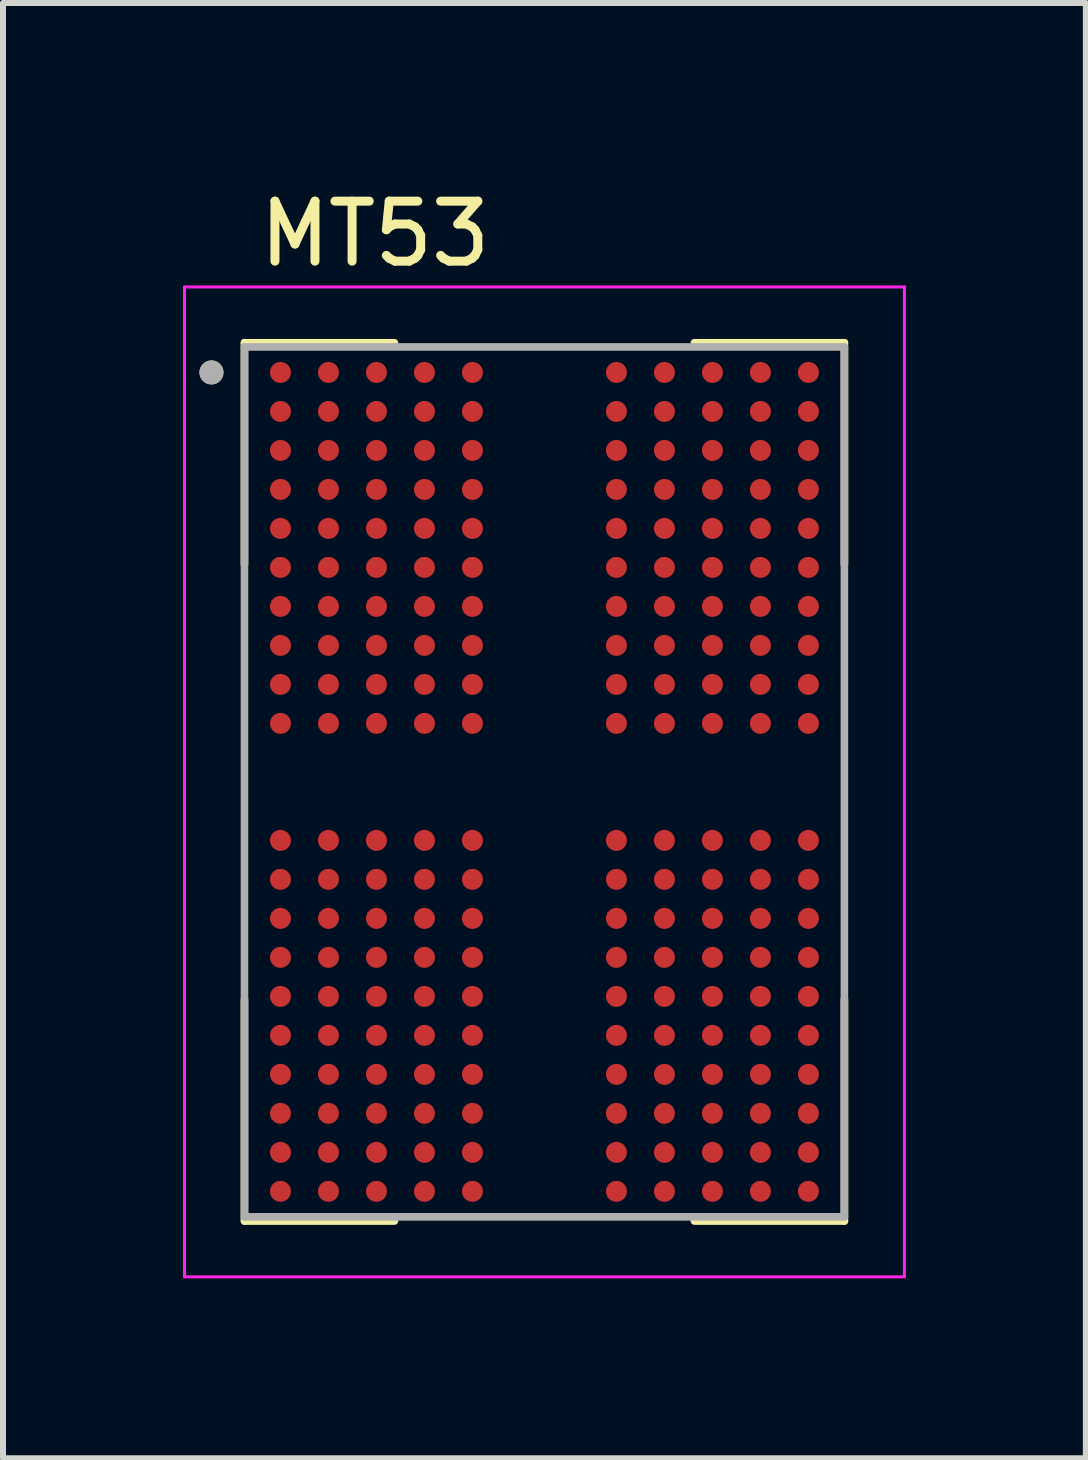
<source format=kicad_pcb>
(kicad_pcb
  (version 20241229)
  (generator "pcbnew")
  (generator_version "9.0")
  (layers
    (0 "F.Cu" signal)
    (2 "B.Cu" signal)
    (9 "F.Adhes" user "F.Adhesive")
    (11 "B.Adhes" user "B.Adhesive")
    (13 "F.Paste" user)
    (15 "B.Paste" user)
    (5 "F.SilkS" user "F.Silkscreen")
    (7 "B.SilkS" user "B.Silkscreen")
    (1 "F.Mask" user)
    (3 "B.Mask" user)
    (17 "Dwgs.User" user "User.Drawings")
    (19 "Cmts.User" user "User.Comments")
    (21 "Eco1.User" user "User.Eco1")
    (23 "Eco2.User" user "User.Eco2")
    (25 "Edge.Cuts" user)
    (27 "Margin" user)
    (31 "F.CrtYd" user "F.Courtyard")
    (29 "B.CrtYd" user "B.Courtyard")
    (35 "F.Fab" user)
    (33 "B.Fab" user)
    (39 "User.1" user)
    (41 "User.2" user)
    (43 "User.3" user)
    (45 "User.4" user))
  (footprint "MT53"
    (layer "F.Cu")
    (at 6.025 9.983)
    (property "Reference" "MT53" (at -2.825 -9.135 0) (layer "F.SilkS") (effects (font (size 1 1) (thickness 0.15))))
    (attr smd)
    (fp_line (start -5 -7.32) (end -5 -3.625) (stroke (width 0.127) (type solid)) (layer "F.SilkS"))
    (fp_line (start -5 -7.32) (end -2.5 -7.32) (stroke (width 0.127) (type solid)) (layer "F.SilkS"))
    (fp_line (start -5 7.32) (end -5 3.625) (stroke (width 0.127) (type solid)) (layer "F.SilkS"))
    (fp_line (start -5 7.32) (end -2.5 7.32) (stroke (width 0.127) (type solid)) (layer "F.SilkS"))
    (fp_line (start 5 -7.32) (end 2.5 -7.32) (stroke (width 0.127) (type solid)) (layer "F.SilkS"))
    (fp_line (start 5 -7.32) (end 5 -3.625) (stroke (width 0.127) (type solid)) (layer "F.SilkS"))
    (fp_line (start 5 7.32) (end 2.5 7.32) (stroke (width 0.127) (type solid)) (layer "F.SilkS"))
    (fp_line (start 5 7.32) (end 5 3.625) (stroke (width 0.127) (type solid)) (layer "F.SilkS"))
    (fp_circle (center -5.55 -6.825) (end -5.45 -6.825) (stroke (width 0.2) (type solid)) (fill no) (layer "F.SilkS"))
    (fp_line (start -6 -8.25) (end 6 -8.25) (stroke (width 0.05) (type solid)) (layer "F.CrtYd"))
    (fp_line (start -6 8.25) (end -6 -8.25) (stroke (width 0.05) (type solid)) (layer "F.CrtYd"))
    (fp_line (start -6 8.25) (end 6 8.25) (stroke (width 0.05) (type solid)) (layer "F.CrtYd"))
    (fp_line (start 6 8.25) (end 6 -8.25) (stroke (width 0.05) (type solid)) (layer "F.CrtYd"))
    (fp_line (start -5 7.25) (end -5 -7.25) (stroke (width 0.127) (type solid)) (layer "F.Fab"))
    (fp_line (start 5 -7.25) (end -5 -7.25) (stroke (width 0.127) (type solid)) (layer "F.Fab"))
    (fp_line (start 5 7.25) (end -5 7.25) (stroke (width 0.127) (type solid)) (layer "F.Fab"))
    (fp_line (start 5 7.25) (end 5 -7.25) (stroke (width 0.127) (type solid)) (layer "F.Fab"))
    (fp_circle (center -5.55 -6.825) (end -5.45 -6.825) (stroke (width 0.2) (type solid)) (fill no) (layer "F.Fab"))
    (pad "A1" smd circle (at -4.4 -6.825) (size 0.35 0.35) (layers "F.Cu" "F.Mask" "F.Paste"))
    (pad "A2" smd circle (at -3.6 -6.825) (size 0.35 0.35) (layers "F.Cu" "F.Mask" "F.Paste"))
    (pad "A3" smd circle (at -2.8 -6.825) (size 0.35 0.35) (layers "F.Cu" "F.Mask" "F.Paste"))
    (pad "A4" smd circle (at -2 -6.825) (size 0.35 0.35) (layers "F.Cu" "F.Mask" "F.Paste"))
    (pad "A5" smd circle (at -1.2 -6.825) (size 0.35 0.35) (layers "F.Cu" "F.Mask" "F.Paste"))
    (pad "A8" smd circle (at 1.2 -6.825) (size 0.35 0.35) (layers "F.Cu" "F.Mask" "F.Paste"))
    (pad "A9" smd circle (at 2 -6.825) (size 0.35 0.35) (layers "F.Cu" "F.Mask" "F.Paste"))
    (pad "A10" smd circle (at 2.8 -6.825) (size 0.35 0.35) (layers "F.Cu" "F.Mask" "F.Paste"))
    (pad "A11" smd circle (at 3.6 -6.825) (size 0.35 0.35) (layers "F.Cu" "F.Mask" "F.Paste"))
    (pad "A12" smd circle (at 4.4 -6.825) (size 0.35 0.35) (layers "F.Cu" "F.Mask" "F.Paste"))
    (pad "AA1" smd circle (at -4.4 6.175) (size 0.35 0.35) (layers "F.Cu" "F.Mask" "F.Paste"))
    (pad "AA2" smd circle (at -3.6 6.175) (size 0.35 0.35) (layers "F.Cu" "F.Mask" "F.Paste"))
    (pad "AA3" smd circle (at -2.8 6.175) (size 0.35 0.35) (layers "F.Cu" "F.Mask" "F.Paste"))
    (pad "AA4" smd circle (at -2 6.175) (size 0.35 0.35) (layers "F.Cu" "F.Mask" "F.Paste"))
    (pad "AA5" smd circle (at -1.2 6.175) (size 0.35 0.35) (layers "F.Cu" "F.Mask" "F.Paste"))
    (pad "AA8" smd circle (at 1.2 6.175) (size 0.35 0.35) (layers "F.Cu" "F.Mask" "F.Paste"))
    (pad "AA9" smd circle (at 2 6.175) (size 0.35 0.35) (layers "F.Cu" "F.Mask" "F.Paste"))
    (pad "AA10" smd circle (at 2.8 6.175) (size 0.35 0.35) (layers "F.Cu" "F.Mask" "F.Paste"))
    (pad "AA11" smd circle (at 3.6 6.175) (size 0.35 0.35) (layers "F.Cu" "F.Mask" "F.Paste"))
    (pad "AA12" smd circle (at 4.4 6.175) (size 0.35 0.35) (layers "F.Cu" "F.Mask" "F.Paste"))
    (pad "AB1" smd circle (at -4.4 6.825) (size 0.35 0.35) (layers "F.Cu" "F.Mask" "F.Paste"))
    (pad "AB2" smd circle (at -3.6 6.825) (size 0.35 0.35) (layers "F.Cu" "F.Mask" "F.Paste"))
    (pad "AB3" smd circle (at -2.8 6.825) (size 0.35 0.35) (layers "F.Cu" "F.Mask" "F.Paste"))
    (pad "AB4" smd circle (at -2 6.825) (size 0.35 0.35) (layers "F.Cu" "F.Mask" "F.Paste"))
    (pad "AB5" smd circle (at -1.2 6.825) (size 0.35 0.35) (layers "F.Cu" "F.Mask" "F.Paste"))
    (pad "AB8" smd circle (at 1.2 6.825) (size 0.35 0.35) (layers "F.Cu" "F.Mask" "F.Paste"))
    (pad "AB9" smd circle (at 2 6.825) (size 0.35 0.35) (layers "F.Cu" "F.Mask" "F.Paste"))
    (pad "AB10" smd circle (at 2.8 6.825) (size 0.35 0.35) (layers "F.Cu" "F.Mask" "F.Paste"))
    (pad "AB11" smd circle (at 3.6 6.825) (size 0.35 0.35) (layers "F.Cu" "F.Mask" "F.Paste"))
    (pad "AB12" smd circle (at 4.4 6.825) (size 0.35 0.35) (layers "F.Cu" "F.Mask" "F.Paste"))
    (pad "B1" smd circle (at -4.4 -6.175) (size 0.35 0.35) (layers "F.Cu" "F.Mask" "F.Paste"))
    (pad "B2" smd circle (at -3.6 -6.175) (size 0.35 0.35) (layers "F.Cu" "F.Mask" "F.Paste"))
    (pad "B3" smd circle (at -2.8 -6.175) (size 0.35 0.35) (layers "F.Cu" "F.Mask" "F.Paste"))
    (pad "B4" smd circle (at -2 -6.175) (size 0.35 0.35) (layers "F.Cu" "F.Mask" "F.Paste"))
    (pad "B5" smd circle (at -1.2 -6.175) (size 0.35 0.35) (layers "F.Cu" "F.Mask" "F.Paste"))
    (pad "B8" smd circle (at 1.2 -6.175) (size 0.35 0.35) (layers "F.Cu" "F.Mask" "F.Paste"))
    (pad "B9" smd circle (at 2 -6.175) (size 0.35 0.35) (layers "F.Cu" "F.Mask" "F.Paste"))
    (pad "B10" smd circle (at 2.8 -6.175) (size 0.35 0.35) (layers "F.Cu" "F.Mask" "F.Paste"))
    (pad "B11" smd circle (at 3.6 -6.175) (size 0.35 0.35) (layers "F.Cu" "F.Mask" "F.Paste"))
    (pad "B12" smd circle (at 4.4 -6.175) (size 0.35 0.35) (layers "F.Cu" "F.Mask" "F.Paste"))
    (pad "C1" smd circle (at -4.4 -5.525) (size 0.35 0.35) (layers "F.Cu" "F.Mask" "F.Paste"))
    (pad "C2" smd circle (at -3.6 -5.525) (size 0.35 0.35) (layers "F.Cu" "F.Mask" "F.Paste"))
    (pad "C3" smd circle (at -2.8 -5.525) (size 0.35 0.35) (layers "F.Cu" "F.Mask" "F.Paste"))
    (pad "C4" smd circle (at -2 -5.525) (size 0.35 0.35) (layers "F.Cu" "F.Mask" "F.Paste"))
    (pad "C5" smd circle (at -1.2 -5.525) (size 0.35 0.35) (layers "F.Cu" "F.Mask" "F.Paste"))
    (pad "C8" smd circle (at 1.2 -5.525) (size 0.35 0.35) (layers "F.Cu" "F.Mask" "F.Paste"))
    (pad "C9" smd circle (at 2 -5.525) (size 0.35 0.35) (layers "F.Cu" "F.Mask" "F.Paste"))
    (pad "C10" smd circle (at 2.8 -5.525) (size 0.35 0.35) (layers "F.Cu" "F.Mask" "F.Paste"))
    (pad "C11" smd circle (at 3.6 -5.525) (size 0.35 0.35) (layers "F.Cu" "F.Mask" "F.Paste"))
    (pad "C12" smd circle (at 4.4 -5.525) (size 0.35 0.35) (layers "F.Cu" "F.Mask" "F.Paste"))
    (pad "D1" smd circle (at -4.4 -4.875) (size 0.35 0.35) (layers "F.Cu" "F.Mask" "F.Paste"))
    (pad "D2" smd circle (at -3.6 -4.875) (size 0.35 0.35) (layers "F.Cu" "F.Mask" "F.Paste"))
    (pad "D3" smd circle (at -2.8 -4.875) (size 0.35 0.35) (layers "F.Cu" "F.Mask" "F.Paste"))
    (pad "D4" smd circle (at -2 -4.875) (size 0.35 0.35) (layers "F.Cu" "F.Mask" "F.Paste"))
    (pad "D5" smd circle (at -1.2 -4.875) (size 0.35 0.35) (layers "F.Cu" "F.Mask" "F.Paste"))
    (pad "D8" smd circle (at 1.2 -4.875) (size 0.35 0.35) (layers "F.Cu" "F.Mask" "F.Paste"))
    (pad "D9" smd circle (at 2 -4.875) (size 0.35 0.35) (layers "F.Cu" "F.Mask" "F.Paste"))
    (pad "D10" smd circle (at 2.8 -4.875) (size 0.35 0.35) (layers "F.Cu" "F.Mask" "F.Paste"))
    (pad "D11" smd circle (at 3.6 -4.875) (size 0.35 0.35) (layers "F.Cu" "F.Mask" "F.Paste"))
    (pad "D12" smd circle (at 4.4 -4.875) (size 0.35 0.35) (layers "F.Cu" "F.Mask" "F.Paste"))
    (pad "E1" smd circle (at -4.4 -4.225) (size 0.35 0.35) (layers "F.Cu" "F.Mask" "F.Paste"))
    (pad "E2" smd circle (at -3.6 -4.225) (size 0.35 0.35) (layers "F.Cu" "F.Mask" "F.Paste"))
    (pad "E3" smd circle (at -2.8 -4.225) (size 0.35 0.35) (layers "F.Cu" "F.Mask" "F.Paste"))
    (pad "E4" smd circle (at -2 -4.225) (size 0.35 0.35) (layers "F.Cu" "F.Mask" "F.Paste"))
    (pad "E5" smd circle (at -1.2 -4.225) (size 0.35 0.35) (layers "F.Cu" "F.Mask" "F.Paste"))
    (pad "E8" smd circle (at 1.2 -4.225) (size 0.35 0.35) (layers "F.Cu" "F.Mask" "F.Paste"))
    (pad "E9" smd circle (at 2 -4.225) (size 0.35 0.35) (layers "F.Cu" "F.Mask" "F.Paste"))
    (pad "E10" smd circle (at 2.8 -4.225) (size 0.35 0.35) (layers "F.Cu" "F.Mask" "F.Paste"))
    (pad "E11" smd circle (at 3.6 -4.225) (size 0.35 0.35) (layers "F.Cu" "F.Mask" "F.Paste"))
    (pad "E12" smd circle (at 4.4 -4.225) (size 0.35 0.35) (layers "F.Cu" "F.Mask" "F.Paste"))
    (pad "F1" smd circle (at -4.4 -3.575) (size 0.35 0.35) (layers "F.Cu" "F.Mask" "F.Paste"))
    (pad "F2" smd circle (at -3.6 -3.575) (size 0.35 0.35) (layers "F.Cu" "F.Mask" "F.Paste"))
    (pad "F3" smd circle (at -2.8 -3.575) (size 0.35 0.35) (layers "F.Cu" "F.Mask" "F.Paste"))
    (pad "F4" smd circle (at -2 -3.575) (size 0.35 0.35) (layers "F.Cu" "F.Mask" "F.Paste"))
    (pad "F5" smd circle (at -1.2 -3.575) (size 0.35 0.35) (layers "F.Cu" "F.Mask" "F.Paste"))
    (pad "F8" smd circle (at 1.2 -3.575) (size 0.35 0.35) (layers "F.Cu" "F.Mask" "F.Paste"))
    (pad "F9" smd circle (at 2 -3.575) (size 0.35 0.35) (layers "F.Cu" "F.Mask" "F.Paste"))
    (pad "F10" smd circle (at 2.8 -3.575) (size 0.35 0.35) (layers "F.Cu" "F.Mask" "F.Paste"))
    (pad "F11" smd circle (at 3.6 -3.575) (size 0.35 0.35) (layers "F.Cu" "F.Mask" "F.Paste"))
    (pad "F12" smd circle (at 4.4 -3.575) (size 0.35 0.35) (layers "F.Cu" "F.Mask" "F.Paste"))
    (pad "G1" smd circle (at -4.4 -2.925) (size 0.35 0.35) (layers "F.Cu" "F.Mask" "F.Paste"))
    (pad "G2" smd circle (at -3.6 -2.925) (size 0.35 0.35) (layers "F.Cu" "F.Mask" "F.Paste"))
    (pad "G3" smd circle (at -2.8 -2.925) (size 0.35 0.35) (layers "F.Cu" "F.Mask" "F.Paste"))
    (pad "G4" smd circle (at -2 -2.925) (size 0.35 0.35) (layers "F.Cu" "F.Mask" "F.Paste"))
    (pad "G5" smd circle (at -1.2 -2.925) (size 0.35 0.35) (layers "F.Cu" "F.Mask" "F.Paste"))
    (pad "G8" smd circle (at 1.2 -2.925) (size 0.35 0.35) (layers "F.Cu" "F.Mask" "F.Paste"))
    (pad "G9" smd circle (at 2 -2.925) (size 0.35 0.35) (layers "F.Cu" "F.Mask" "F.Paste"))
    (pad "G10" smd circle (at 2.8 -2.925) (size 0.35 0.35) (layers "F.Cu" "F.Mask" "F.Paste"))
    (pad "G11" smd circle (at 3.6 -2.925) (size 0.35 0.35) (layers "F.Cu" "F.Mask" "F.Paste"))
    (pad "G12" smd circle (at 4.4 -2.925) (size 0.35 0.35) (layers "F.Cu" "F.Mask" "F.Paste"))
    (pad "H1" smd circle (at -4.4 -2.275) (size 0.35 0.35) (layers "F.Cu" "F.Mask" "F.Paste"))
    (pad "H2" smd circle (at -3.6 -2.275) (size 0.35 0.35) (layers "F.Cu" "F.Mask" "F.Paste"))
    (pad "H3" smd circle (at -2.8 -2.275) (size 0.35 0.35) (layers "F.Cu" "F.Mask" "F.Paste"))
    (pad "H4" smd circle (at -2 -2.275) (size 0.35 0.35) (layers "F.Cu" "F.Mask" "F.Paste"))
    (pad "H5" smd circle (at -1.2 -2.275) (size 0.35 0.35) (layers "F.Cu" "F.Mask" "F.Paste"))
    (pad "H8" smd circle (at 1.2 -2.275) (size 0.35 0.35) (layers "F.Cu" "F.Mask" "F.Paste"))
    (pad "H9" smd circle (at 2 -2.275) (size 0.35 0.35) (layers "F.Cu" "F.Mask" "F.Paste"))
    (pad "H10" smd circle (at 2.8 -2.275) (size 0.35 0.35) (layers "F.Cu" "F.Mask" "F.Paste"))
    (pad "H11" smd circle (at 3.6 -2.275) (size 0.35 0.35) (layers "F.Cu" "F.Mask" "F.Paste"))
    (pad "H12" smd circle (at 4.4 -2.275) (size 0.35 0.35) (layers "F.Cu" "F.Mask" "F.Paste"))
    (pad "J1" smd circle (at -4.4 -1.625) (size 0.35 0.35) (layers "F.Cu" "F.Mask" "F.Paste"))
    (pad "J2" smd circle (at -3.6 -1.625) (size 0.35 0.35) (layers "F.Cu" "F.Mask" "F.Paste"))
    (pad "J3" smd circle (at -2.8 -1.625) (size 0.35 0.35) (layers "F.Cu" "F.Mask" "F.Paste"))
    (pad "J4" smd circle (at -2 -1.625) (size 0.35 0.35) (layers "F.Cu" "F.Mask" "F.Paste"))
    (pad "J5" smd circle (at -1.2 -1.625) (size 0.35 0.35) (layers "F.Cu" "F.Mask" "F.Paste"))
    (pad "J8" smd circle (at 1.2 -1.625) (size 0.35 0.35) (layers "F.Cu" "F.Mask" "F.Paste"))
    (pad "J9" smd circle (at 2 -1.625) (size 0.35 0.35) (layers "F.Cu" "F.Mask" "F.Paste"))
    (pad "J10" smd circle (at 2.8 -1.625) (size 0.35 0.35) (layers "F.Cu" "F.Mask" "F.Paste"))
    (pad "J11" smd circle (at 3.6 -1.625) (size 0.35 0.35) (layers "F.Cu" "F.Mask" "F.Paste"))
    (pad "J12" smd circle (at 4.4 -1.625) (size 0.35 0.35) (layers "F.Cu" "F.Mask" "F.Paste"))
    (pad "K1" smd circle (at -4.4 -0.975) (size 0.35 0.35) (layers "F.Cu" "F.Mask" "F.Paste"))
    (pad "K2" smd circle (at -3.6 -0.975) (size 0.35 0.35) (layers "F.Cu" "F.Mask" "F.Paste"))
    (pad "K3" smd circle (at -2.8 -0.975) (size 0.35 0.35) (layers "F.Cu" "F.Mask" "F.Paste"))
    (pad "K4" smd circle (at -2 -0.975) (size 0.35 0.35) (layers "F.Cu" "F.Mask" "F.Paste"))
    (pad "K5" smd circle (at -1.2 -0.975) (size 0.35 0.35) (layers "F.Cu" "F.Mask" "F.Paste"))
    (pad "K8" smd circle (at 1.2 -0.975) (size 0.35 0.35) (layers "F.Cu" "F.Mask" "F.Paste"))
    (pad "K9" smd circle (at 2 -0.975) (size 0.35 0.35) (layers "F.Cu" "F.Mask" "F.Paste"))
    (pad "K10" smd circle (at 2.8 -0.975) (size 0.35 0.35) (layers "F.Cu" "F.Mask" "F.Paste"))
    (pad "K11" smd circle (at 3.6 -0.975) (size 0.35 0.35) (layers "F.Cu" "F.Mask" "F.Paste"))
    (pad "K12" smd circle (at 4.4 -0.975) (size 0.35 0.35) (layers "F.Cu" "F.Mask" "F.Paste"))
    (pad "N1" smd circle (at -4.4 0.975) (size 0.35 0.35) (layers "F.Cu" "F.Mask" "F.Paste"))
    (pad "N2" smd circle (at -3.6 0.975) (size 0.35 0.35) (layers "F.Cu" "F.Mask" "F.Paste"))
    (pad "N3" smd circle (at -2.8 0.975) (size 0.35 0.35) (layers "F.Cu" "F.Mask" "F.Paste"))
    (pad "N4" smd circle (at -2 0.975) (size 0.35 0.35) (layers "F.Cu" "F.Mask" "F.Paste"))
    (pad "N5" smd circle (at -1.2 0.975) (size 0.35 0.35) (layers "F.Cu" "F.Mask" "F.Paste"))
    (pad "N8" smd circle (at 1.2 0.975) (size 0.35 0.35) (layers "F.Cu" "F.Mask" "F.Paste"))
    (pad "N9" smd circle (at 2 0.975) (size 0.35 0.35) (layers "F.Cu" "F.Mask" "F.Paste"))
    (pad "N10" smd circle (at 2.8 0.975) (size 0.35 0.35) (layers "F.Cu" "F.Mask" "F.Paste"))
    (pad "N11" smd circle (at 3.6 0.975) (size 0.35 0.35) (layers "F.Cu" "F.Mask" "F.Paste"))
    (pad "N12" smd circle (at 4.4 0.975) (size 0.35 0.35) (layers "F.Cu" "F.Mask" "F.Paste"))
    (pad "P1" smd circle (at -4.4 1.625) (size 0.35 0.35) (layers "F.Cu" "F.Mask" "F.Paste"))
    (pad "P2" smd circle (at -3.6 1.625) (size 0.35 0.35) (layers "F.Cu" "F.Mask" "F.Paste"))
    (pad "P3" smd circle (at -2.8 1.625) (size 0.35 0.35) (layers "F.Cu" "F.Mask" "F.Paste"))
    (pad "P4" smd circle (at -2 1.625) (size 0.35 0.35) (layers "F.Cu" "F.Mask" "F.Paste"))
    (pad "P5" smd circle (at -1.2 1.625) (size 0.35 0.35) (layers "F.Cu" "F.Mask" "F.Paste"))
    (pad "P8" smd circle (at 1.2 1.625) (size 0.35 0.35) (layers "F.Cu" "F.Mask" "F.Paste"))
    (pad "P9" smd circle (at 2 1.625) (size 0.35 0.35) (layers "F.Cu" "F.Mask" "F.Paste"))
    (pad "P10" smd circle (at 2.8 1.625) (size 0.35 0.35) (layers "F.Cu" "F.Mask" "F.Paste"))
    (pad "P11" smd circle (at 3.6 1.625) (size 0.35 0.35) (layers "F.Cu" "F.Mask" "F.Paste"))
    (pad "P12" smd circle (at 4.4 1.625) (size 0.35 0.35) (layers "F.Cu" "F.Mask" "F.Paste"))
    (pad "R1" smd circle (at -4.4 2.275) (size 0.35 0.35) (layers "F.Cu" "F.Mask" "F.Paste"))
    (pad "R2" smd circle (at -3.6 2.275) (size 0.35 0.35) (layers "F.Cu" "F.Mask" "F.Paste"))
    (pad "R3" smd circle (at -2.8 2.275) (size 0.35 0.35) (layers "F.Cu" "F.Mask" "F.Paste"))
    (pad "R4" smd circle (at -2 2.275) (size 0.35 0.35) (layers "F.Cu" "F.Mask" "F.Paste"))
    (pad "R5" smd circle (at -1.2 2.275) (size 0.35 0.35) (layers "F.Cu" "F.Mask" "F.Paste"))
    (pad "R8" smd circle (at 1.2 2.275) (size 0.35 0.35) (layers "F.Cu" "F.Mask" "F.Paste"))
    (pad "R9" smd circle (at 2 2.275) (size 0.35 0.35) (layers "F.Cu" "F.Mask" "F.Paste"))
    (pad "R10" smd circle (at 2.8 2.275) (size 0.35 0.35) (layers "F.Cu" "F.Mask" "F.Paste"))
    (pad "R11" smd circle (at 3.6 2.275) (size 0.35 0.35) (layers "F.Cu" "F.Mask" "F.Paste"))
    (pad "R12" smd circle (at 4.4 2.275) (size 0.35 0.35) (layers "F.Cu" "F.Mask" "F.Paste"))
    (pad "T1" smd circle (at -4.4 2.925) (size 0.35 0.35) (layers "F.Cu" "F.Mask" "F.Paste"))
    (pad "T2" smd circle (at -3.6 2.925) (size 0.35 0.35) (layers "F.Cu" "F.Mask" "F.Paste"))
    (pad "T3" smd circle (at -2.8 2.925) (size 0.35 0.35) (layers "F.Cu" "F.Mask" "F.Paste"))
    (pad "T4" smd circle (at -2 2.925) (size 0.35 0.35) (layers "F.Cu" "F.Mask" "F.Paste"))
    (pad "T5" smd circle (at -1.2 2.925) (size 0.35 0.35) (layers "F.Cu" "F.Mask" "F.Paste"))
    (pad "T8" smd circle (at 1.2 2.925) (size 0.35 0.35) (layers "F.Cu" "F.Mask" "F.Paste"))
    (pad "T9" smd circle (at 2 2.925) (size 0.35 0.35) (layers "F.Cu" "F.Mask" "F.Paste"))
    (pad "T10" smd circle (at 2.8 2.925) (size 0.35 0.35) (layers "F.Cu" "F.Mask" "F.Paste"))
    (pad "T11" smd circle (at 3.6 2.925) (size 0.35 0.35) (layers "F.Cu" "F.Mask" "F.Paste"))
    (pad "T12" smd circle (at 4.4 2.925) (size 0.35 0.35) (layers "F.Cu" "F.Mask" "F.Paste"))
    (pad "U1" smd circle (at -4.4 3.575) (size 0.35 0.35) (layers "F.Cu" "F.Mask" "F.Paste"))
    (pad "U2" smd circle (at -3.6 3.575) (size 0.35 0.35) (layers "F.Cu" "F.Mask" "F.Paste"))
    (pad "U3" smd circle (at -2.8 3.575) (size 0.35 0.35) (layers "F.Cu" "F.Mask" "F.Paste"))
    (pad "U4" smd circle (at -2 3.575) (size 0.35 0.35) (layers "F.Cu" "F.Mask" "F.Paste"))
    (pad "U5" smd circle (at -1.2 3.575) (size 0.35 0.35) (layers "F.Cu" "F.Mask" "F.Paste"))
    (pad "U8" smd circle (at 1.2 3.575) (size 0.35 0.35) (layers "F.Cu" "F.Mask" "F.Paste"))
    (pad "U9" smd circle (at 2 3.575) (size 0.35 0.35) (layers "F.Cu" "F.Mask" "F.Paste"))
    (pad "U10" smd circle (at 2.8 3.575) (size 0.35 0.35) (layers "F.Cu" "F.Mask" "F.Paste"))
    (pad "U11" smd circle (at 3.6 3.575) (size 0.35 0.35) (layers "F.Cu" "F.Mask" "F.Paste"))
    (pad "U12" smd circle (at 4.4 3.575) (size 0.35 0.35) (layers "F.Cu" "F.Mask" "F.Paste"))
    (pad "V1" smd circle (at -4.4 4.225) (size 0.35 0.35) (layers "F.Cu" "F.Mask" "F.Paste"))
    (pad "V2" smd circle (at -3.6 4.225) (size 0.35 0.35) (layers "F.Cu" "F.Mask" "F.Paste"))
    (pad "V3" smd circle (at -2.8 4.225) (size 0.35 0.35) (layers "F.Cu" "F.Mask" "F.Paste"))
    (pad "V4" smd circle (at -2 4.225) (size 0.35 0.35) (layers "F.Cu" "F.Mask" "F.Paste"))
    (pad "V5" smd circle (at -1.2 4.225) (size 0.35 0.35) (layers "F.Cu" "F.Mask" "F.Paste"))
    (pad "V8" smd circle (at 1.2 4.225) (size 0.35 0.35) (layers "F.Cu" "F.Mask" "F.Paste"))
    (pad "V9" smd circle (at 2 4.225) (size 0.35 0.35) (layers "F.Cu" "F.Mask" "F.Paste"))
    (pad "V10" smd circle (at 2.8 4.225) (size 0.35 0.35) (layers "F.Cu" "F.Mask" "F.Paste"))
    (pad "V11" smd circle (at 3.6 4.225) (size 0.35 0.35) (layers "F.Cu" "F.Mask" "F.Paste"))
    (pad "V12" smd circle (at 4.4 4.225) (size 0.35 0.35) (layers "F.Cu" "F.Mask" "F.Paste"))
    (pad "W1" smd circle (at -4.4 4.875) (size 0.35 0.35) (layers "F.Cu" "F.Mask" "F.Paste"))
    (pad "W2" smd circle (at -3.6 4.875) (size 0.35 0.35) (layers "F.Cu" "F.Mask" "F.Paste"))
    (pad "W3" smd circle (at -2.8 4.875) (size 0.35 0.35) (layers "F.Cu" "F.Mask" "F.Paste"))
    (pad "W4" smd circle (at -2 4.875) (size 0.35 0.35) (layers "F.Cu" "F.Mask" "F.Paste"))
    (pad "W5" smd circle (at -1.2 4.875) (size 0.35 0.35) (layers "F.Cu" "F.Mask" "F.Paste"))
    (pad "W8" smd circle (at 1.2 4.875) (size 0.35 0.35) (layers "F.Cu" "F.Mask" "F.Paste"))
    (pad "W9" smd circle (at 2 4.875) (size 0.35 0.35) (layers "F.Cu" "F.Mask" "F.Paste"))
    (pad "W10" smd circle (at 2.8 4.875) (size 0.35 0.35) (layers "F.Cu" "F.Mask" "F.Paste"))
    (pad "W11" smd circle (at 3.6 4.875) (size 0.35 0.35) (layers "F.Cu" "F.Mask" "F.Paste"))
    (pad "W12" smd circle (at 4.4 4.875) (size 0.35 0.35) (layers "F.Cu" "F.Mask" "F.Paste"))
    (pad "Y1" smd circle (at -4.4 5.525) (size 0.35 0.35) (layers "F.Cu" "F.Mask" "F.Paste"))
    (pad "Y2" smd circle (at -3.6 5.525) (size 0.35 0.35) (layers "F.Cu" "F.Mask" "F.Paste"))
    (pad "Y3" smd circle (at -2.8 5.525) (size 0.35 0.35) (layers "F.Cu" "F.Mask" "F.Paste"))
    (pad "Y4" smd circle (at -2 5.525) (size 0.35 0.35) (layers "F.Cu" "F.Mask" "F.Paste"))
    (pad "Y5" smd circle (at -1.2 5.525) (size 0.35 0.35) (layers "F.Cu" "F.Mask" "F.Paste"))
    (pad "Y8" smd circle (at 1.2 5.525) (size 0.35 0.35) (layers "F.Cu" "F.Mask" "F.Paste"))
    (pad "Y9" smd circle (at 2 5.525) (size 0.35 0.35) (layers "F.Cu" "F.Mask" "F.Paste"))
    (pad "Y10" smd circle (at 2.8 5.525) (size 0.35 0.35) (layers "F.Cu" "F.Mask" "F.Paste"))
    (pad "Y11" smd circle (at 3.6 5.525) (size 0.35 0.35) (layers "F.Cu" "F.Mask" "F.Paste"))
    (pad "Y12" smd circle (at 4.4 5.525) (size 0.35 0.35) (layers "F.Cu" "F.Mask" "F.Paste")))
  (gr_rect
    (start -3 -3)
    (end 15.05 21.258)
    (stroke (width 0.1) (type default))
    (fill no)
    (layer "Edge.Cuts")))
</source>
